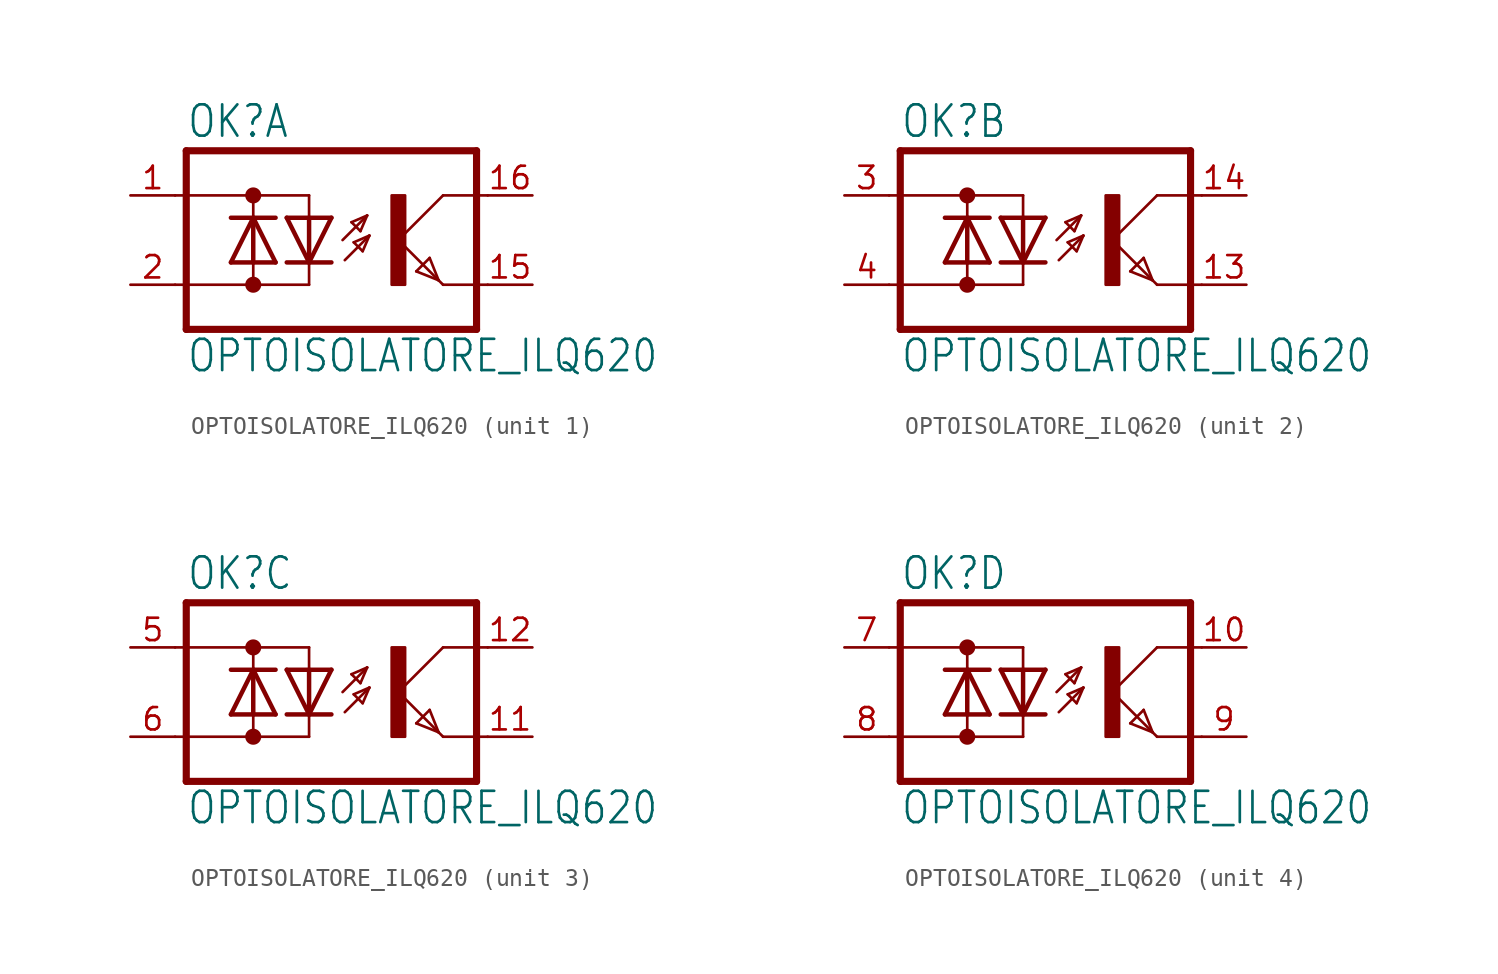
<source format=kicad_sym>
(kicad_symbol_lib
  (version 20211014)
  (generator kicad_symbol_editor)
  (symbol "OPTOISOLATORE_ILQ620"
    (property "Reference" "OK"
      (at -6.985 5.715 0)
      (effects (font (size 1.778 1.511)) (justify left bottom)))
    (property "Value" "OPTOISOLATORE_ILQ620"
      (at -6.985 -7.62 0)
      (effects (font (size 1.778 1.511)) (justify left bottom)))
    (property "ki_locked" ""
      (at 0 0 0)
      (effects (font (size 1.27 1.27))))
    (symbol "OPTOISOLATORE_ILQ620_1_0"
      (circle (center -3.175 -2.54) (radius 0.254) (stroke (width 0.406) (type default) (color 0 0 0 0)) (fill (type none)))
      (circle (center -3.175 2.54) (radius 0.254) (stroke (width 0.406) (type default) (color 0 0 0 0)) (fill (type none)))
      (polyline (pts (xy -6.985 -5.08) (xy 9.525 -5.08)) (stroke (width 0.406) (type default) (color 0 0 0 0)) (fill (type none)))
      (polyline (pts (xy -6.985 5.08) (xy -6.985 -5.08)) (stroke (width 0.406) (type default) (color 0 0 0 0)) (fill (type none)))
      (polyline (pts (xy -6.985 5.08) (xy 9.525 5.08)) (stroke (width 0.406) (type default) (color 0 0 0 0)) (fill (type none)))
      (polyline (pts (xy -4.445 -1.27) (xy -3.175 -1.27)) (stroke (width 0.254) (type default) (color 0 0 0 0)) (fill (type none)))
      (polyline (pts (xy -4.445 -1.27) (xy -3.175 1.27)) (stroke (width 0.254) (type default) (color 0 0 0 0)) (fill (type none)))
      (polyline (pts (xy -4.445 1.27) (xy -3.175 1.27)) (stroke (width 0.254) (type default) (color 0 0 0 0)) (fill (type none)))
      (polyline (pts (xy -3.175 -2.54) (xy -7.62 -2.54)) (stroke (width 0.152) (type default) (color 0 0 0 0)) (fill (type none)))
      (polyline (pts (xy -3.175 -2.54) (xy -3.175 -1.27)) (stroke (width 0.152) (type default) (color 0 0 0 0)) (fill (type none)))
      (polyline (pts (xy -3.175 -2.54) (xy 0 -2.54)) (stroke (width 0.152) (type default) (color 0 0 0 0)) (fill (type none)))
      (polyline (pts (xy -3.175 -1.27) (xy -3.175 1.27)) (stroke (width 0.254) (type default) (color 0 0 0 0)) (fill (type none)))
      (polyline (pts (xy -3.175 -1.27) (xy -1.905 -1.27)) (stroke (width 0.254) (type default) (color 0 0 0 0)) (fill (type none)))
      (polyline (pts (xy -3.175 1.27) (xy -1.905 -1.27)) (stroke (width 0.254) (type default) (color 0 0 0 0)) (fill (type none)))
      (polyline (pts (xy -3.175 1.27) (xy -1.905 1.27)) (stroke (width 0.254) (type default) (color 0 0 0 0)) (fill (type none)))
      (polyline (pts (xy -3.175 2.54) (xy -7.62 2.54)) (stroke (width 0.152) (type default) (color 0 0 0 0)) (fill (type none)))
      (polyline (pts (xy -3.175 2.54) (xy -3.175 1.27)) (stroke (width 0.152) (type default) (color 0 0 0 0)) (fill (type none)))
      (polyline (pts (xy -3.175 2.54) (xy 0 2.54)) (stroke (width 0.152) (type default) (color 0 0 0 0)) (fill (type none)))
      (polyline (pts (xy 0 -2.54) (xy 0 -1.27)) (stroke (width 0.152) (type default) (color 0 0 0 0)) (fill (type none)))
      (polyline (pts (xy 0 -1.27) (xy -1.27 -1.27)) (stroke (width 0.254) (type default) (color 0 0 0 0)) (fill (type none)))
      (polyline (pts (xy 0 -1.27) (xy -1.27 1.27)) (stroke (width 0.254) (type default) (color 0 0 0 0)) (fill (type none)))
      (polyline (pts (xy 0 1.27) (xy -1.27 1.27)) (stroke (width 0.254) (type default) (color 0 0 0 0)) (fill (type none)))
      (polyline (pts (xy 0 1.27) (xy 0 -1.27)) (stroke (width 0.254) (type default) (color 0 0 0 0)) (fill (type none)))
      (polyline (pts (xy 0 2.54) (xy 0 1.27)) (stroke (width 0.152) (type default) (color 0 0 0 0)) (fill (type none)))
      (polyline (pts (xy 1.27 -1.27) (xy 0 -1.27)) (stroke (width 0.254) (type default) (color 0 0 0 0)) (fill (type none)))
      (polyline (pts (xy 1.27 1.27) (xy 0 -1.27)) (stroke (width 0.254) (type default) (color 0 0 0 0)) (fill (type none)))
      (polyline (pts (xy 1.27 1.27) (xy 0 1.27)) (stroke (width 0.254) (type default) (color 0 0 0 0)) (fill (type none)))
      (polyline (pts (xy 1.905 0) (xy 3.302 1.397)) (stroke (width 0.152) (type default) (color 0 0 0 0)) (fill (type none)))
      (polyline (pts (xy 2.032 -1.143) (xy 3.429 0.254)) (stroke (width 0.152) (type default) (color 0 0 0 0)) (fill (type none)))
      (polyline (pts (xy 2.413 1.016) (xy 2.921 0.508)) (stroke (width 0.152) (type default) (color 0 0 0 0)) (fill (type none)))
      (polyline (pts (xy 2.54 -0.127) (xy 3.048 -0.635)) (stroke (width 0.152) (type default) (color 0 0 0 0)) (fill (type none)))
      (polyline (pts (xy 2.921 0.508) (xy 3.302 1.397)) (stroke (width 0.152) (type default) (color 0 0 0 0)) (fill (type none)))
      (polyline (pts (xy 3.048 -0.635) (xy 3.429 0.254)) (stroke (width 0.152) (type default) (color 0 0 0 0)) (fill (type none)))
      (polyline (pts (xy 3.302 1.397) (xy 2.413 1.016)) (stroke (width 0.152) (type default) (color 0 0 0 0)) (fill (type none)))
      (polyline (pts (xy 3.429 0.254) (xy 2.54 -0.127)) (stroke (width 0.152) (type default) (color 0 0 0 0)) (fill (type none)))
      (polyline (pts (xy 5.08 0) (xy 7.366 -2.286)) (stroke (width 0.152) (type default) (color 0 0 0 0)) (fill (type none)))
      (polyline (pts (xy 6.096 -1.778) (xy 6.858 -1.016)) (stroke (width 0.152) (type default) (color 0 0 0 0)) (fill (type none)))
      (polyline (pts (xy 6.858 -1.016) (xy 7.366 -2.286)) (stroke (width 0.152) (type default) (color 0 0 0 0)) (fill (type none)))
      (polyline (pts (xy 7.366 -2.286) (xy 6.096 -1.778)) (stroke (width 0.152) (type default) (color 0 0 0 0)) (fill (type none)))
      (polyline (pts (xy 7.366 -2.286) (xy 7.62 -2.54)) (stroke (width 0.152) (type default) (color 0 0 0 0)) (fill (type none)))
      (polyline (pts (xy 7.62 -2.54) (xy 10.16 -2.54)) (stroke (width 0.152) (type default) (color 0 0 0 0)) (fill (type none)))
      (polyline (pts (xy 7.62 2.54) (xy 5.08 0)) (stroke (width 0.152) (type default) (color 0 0 0 0)) (fill (type none)))
      (polyline (pts (xy 7.62 2.54) (xy 10.16 2.54)) (stroke (width 0.152) (type default) (color 0 0 0 0)) (fill (type none)))
      (polyline (pts (xy 9.525 5.08) (xy 9.525 -5.08)) (stroke (width 0.406) (type default) (color 0 0 0 0)) (fill (type none)))
      (rectangle (start 4.699 -2.54) (end 5.461 2.54) (stroke (width 0) (type default) (color 0 0 0 0)) (fill (type outline)))
      (pin passive line (at -10.16 2.54 0) (length 2.54) (name "AC1" (effects (font (size 0 0)))) (number "1" (effects (font (size 1.27 1.27)))))
      (pin passive line (at 12.7 -2.54 180) (length 2.54) (name "E" (effects (font (size 0 0)))) (number "15" (effects (font (size 1.27 1.27)))))
      (pin passive line (at 12.7 2.54 180) (length 2.54) (name "C" (effects (font (size 0 0)))) (number "16" (effects (font (size 1.27 1.27)))))
      (pin passive line (at -10.16 -2.54 0) (length 2.54) (name "AC2" (effects (font (size 0 0)))) (number "2" (effects (font (size 1.27 1.27))))))
    (symbol "OPTOISOLATORE_ILQ620_2_0"
      (circle (center -3.175 -2.54) (radius 0.254) (stroke (width 0.406) (type default) (color 0 0 0 0)) (fill (type none)))
      (circle (center -3.175 2.54) (radius 0.254) (stroke (width 0.406) (type default) (color 0 0 0 0)) (fill (type none)))
      (polyline (pts (xy -6.985 -5.08) (xy 9.525 -5.08)) (stroke (width 0.406) (type default) (color 0 0 0 0)) (fill (type none)))
      (polyline (pts (xy -6.985 5.08) (xy -6.985 -5.08)) (stroke (width 0.406) (type default) (color 0 0 0 0)) (fill (type none)))
      (polyline (pts (xy -6.985 5.08) (xy 9.525 5.08)) (stroke (width 0.406) (type default) (color 0 0 0 0)) (fill (type none)))
      (polyline (pts (xy -4.445 -1.27) (xy -3.175 -1.27)) (stroke (width 0.254) (type default) (color 0 0 0 0)) (fill (type none)))
      (polyline (pts (xy -4.445 -1.27) (xy -3.175 1.27)) (stroke (width 0.254) (type default) (color 0 0 0 0)) (fill (type none)))
      (polyline (pts (xy -4.445 1.27) (xy -3.175 1.27)) (stroke (width 0.254) (type default) (color 0 0 0 0)) (fill (type none)))
      (polyline (pts (xy -3.175 -2.54) (xy -7.62 -2.54)) (stroke (width 0.152) (type default) (color 0 0 0 0)) (fill (type none)))
      (polyline (pts (xy -3.175 -2.54) (xy -3.175 -1.27)) (stroke (width 0.152) (type default) (color 0 0 0 0)) (fill (type none)))
      (polyline (pts (xy -3.175 -2.54) (xy 0 -2.54)) (stroke (width 0.152) (type default) (color 0 0 0 0)) (fill (type none)))
      (polyline (pts (xy -3.175 -1.27) (xy -3.175 1.27)) (stroke (width 0.254) (type default) (color 0 0 0 0)) (fill (type none)))
      (polyline (pts (xy -3.175 -1.27) (xy -1.905 -1.27)) (stroke (width 0.254) (type default) (color 0 0 0 0)) (fill (type none)))
      (polyline (pts (xy -3.175 1.27) (xy -1.905 -1.27)) (stroke (width 0.254) (type default) (color 0 0 0 0)) (fill (type none)))
      (polyline (pts (xy -3.175 1.27) (xy -1.905 1.27)) (stroke (width 0.254) (type default) (color 0 0 0 0)) (fill (type none)))
      (polyline (pts (xy -3.175 2.54) (xy -7.62 2.54)) (stroke (width 0.152) (type default) (color 0 0 0 0)) (fill (type none)))
      (polyline (pts (xy -3.175 2.54) (xy -3.175 1.27)) (stroke (width 0.152) (type default) (color 0 0 0 0)) (fill (type none)))
      (polyline (pts (xy -3.175 2.54) (xy 0 2.54)) (stroke (width 0.152) (type default) (color 0 0 0 0)) (fill (type none)))
      (polyline (pts (xy 0 -2.54) (xy 0 -1.27)) (stroke (width 0.152) (type default) (color 0 0 0 0)) (fill (type none)))
      (polyline (pts (xy 0 -1.27) (xy -1.27 -1.27)) (stroke (width 0.254) (type default) (color 0 0 0 0)) (fill (type none)))
      (polyline (pts (xy 0 -1.27) (xy -1.27 1.27)) (stroke (width 0.254) (type default) (color 0 0 0 0)) (fill (type none)))
      (polyline (pts (xy 0 1.27) (xy -1.27 1.27)) (stroke (width 0.254) (type default) (color 0 0 0 0)) (fill (type none)))
      (polyline (pts (xy 0 1.27) (xy 0 -1.27)) (stroke (width 0.254) (type default) (color 0 0 0 0)) (fill (type none)))
      (polyline (pts (xy 0 2.54) (xy 0 1.27)) (stroke (width 0.152) (type default) (color 0 0 0 0)) (fill (type none)))
      (polyline (pts (xy 1.27 -1.27) (xy 0 -1.27)) (stroke (width 0.254) (type default) (color 0 0 0 0)) (fill (type none)))
      (polyline (pts (xy 1.27 1.27) (xy 0 -1.27)) (stroke (width 0.254) (type default) (color 0 0 0 0)) (fill (type none)))
      (polyline (pts (xy 1.27 1.27) (xy 0 1.27)) (stroke (width 0.254) (type default) (color 0 0 0 0)) (fill (type none)))
      (polyline (pts (xy 1.905 0) (xy 3.302 1.397)) (stroke (width 0.152) (type default) (color 0 0 0 0)) (fill (type none)))
      (polyline (pts (xy 2.032 -1.143) (xy 3.429 0.254)) (stroke (width 0.152) (type default) (color 0 0 0 0)) (fill (type none)))
      (polyline (pts (xy 2.413 1.016) (xy 2.921 0.508)) (stroke (width 0.152) (type default) (color 0 0 0 0)) (fill (type none)))
      (polyline (pts (xy 2.54 -0.127) (xy 3.048 -0.635)) (stroke (width 0.152) (type default) (color 0 0 0 0)) (fill (type none)))
      (polyline (pts (xy 2.921 0.508) (xy 3.302 1.397)) (stroke (width 0.152) (type default) (color 0 0 0 0)) (fill (type none)))
      (polyline (pts (xy 3.048 -0.635) (xy 3.429 0.254)) (stroke (width 0.152) (type default) (color 0 0 0 0)) (fill (type none)))
      (polyline (pts (xy 3.302 1.397) (xy 2.413 1.016)) (stroke (width 0.152) (type default) (color 0 0 0 0)) (fill (type none)))
      (polyline (pts (xy 3.429 0.254) (xy 2.54 -0.127)) (stroke (width 0.152) (type default) (color 0 0 0 0)) (fill (type none)))
      (polyline (pts (xy 5.08 0) (xy 7.366 -2.286)) (stroke (width 0.152) (type default) (color 0 0 0 0)) (fill (type none)))
      (polyline (pts (xy 6.096 -1.778) (xy 6.858 -1.016)) (stroke (width 0.152) (type default) (color 0 0 0 0)) (fill (type none)))
      (polyline (pts (xy 6.858 -1.016) (xy 7.366 -2.286)) (stroke (width 0.152) (type default) (color 0 0 0 0)) (fill (type none)))
      (polyline (pts (xy 7.366 -2.286) (xy 6.096 -1.778)) (stroke (width 0.152) (type default) (color 0 0 0 0)) (fill (type none)))
      (polyline (pts (xy 7.366 -2.286) (xy 7.62 -2.54)) (stroke (width 0.152) (type default) (color 0 0 0 0)) (fill (type none)))
      (polyline (pts (xy 7.62 -2.54) (xy 10.16 -2.54)) (stroke (width 0.152) (type default) (color 0 0 0 0)) (fill (type none)))
      (polyline (pts (xy 7.62 2.54) (xy 5.08 0)) (stroke (width 0.152) (type default) (color 0 0 0 0)) (fill (type none)))
      (polyline (pts (xy 7.62 2.54) (xy 10.16 2.54)) (stroke (width 0.152) (type default) (color 0 0 0 0)) (fill (type none)))
      (polyline (pts (xy 9.525 5.08) (xy 9.525 -5.08)) (stroke (width 0.406) (type default) (color 0 0 0 0)) (fill (type none)))
      (rectangle (start 4.699 -2.54) (end 5.461 2.54) (stroke (width 0) (type default) (color 0 0 0 0)) (fill (type outline)))
      (pin passive line (at 12.7 -2.54 180) (length 2.54) (name "E" (effects (font (size 0 0)))) (number "13" (effects (font (size 1.27 1.27)))))
      (pin passive line (at 12.7 2.54 180) (length 2.54) (name "C" (effects (font (size 0 0)))) (number "14" (effects (font (size 1.27 1.27)))))
      (pin passive line (at -10.16 2.54 0) (length 2.54) (name "AC1" (effects (font (size 0 0)))) (number "3" (effects (font (size 1.27 1.27)))))
      (pin passive line (at -10.16 -2.54 0) (length 2.54) (name "AC2" (effects (font (size 0 0)))) (number "4" (effects (font (size 1.27 1.27))))))
    (symbol "OPTOISOLATORE_ILQ620_3_0"
      (circle (center -3.175 -2.54) (radius 0.254) (stroke (width 0.406) (type default) (color 0 0 0 0)) (fill (type none)))
      (circle (center -3.175 2.54) (radius 0.254) (stroke (width 0.406) (type default) (color 0 0 0 0)) (fill (type none)))
      (polyline (pts (xy -6.985 -5.08) (xy 9.525 -5.08)) (stroke (width 0.406) (type default) (color 0 0 0 0)) (fill (type none)))
      (polyline (pts (xy -6.985 5.08) (xy -6.985 -5.08)) (stroke (width 0.406) (type default) (color 0 0 0 0)) (fill (type none)))
      (polyline (pts (xy -6.985 5.08) (xy 9.525 5.08)) (stroke (width 0.406) (type default) (color 0 0 0 0)) (fill (type none)))
      (polyline (pts (xy -4.445 -1.27) (xy -3.175 -1.27)) (stroke (width 0.254) (type default) (color 0 0 0 0)) (fill (type none)))
      (polyline (pts (xy -4.445 -1.27) (xy -3.175 1.27)) (stroke (width 0.254) (type default) (color 0 0 0 0)) (fill (type none)))
      (polyline (pts (xy -4.445 1.27) (xy -3.175 1.27)) (stroke (width 0.254) (type default) (color 0 0 0 0)) (fill (type none)))
      (polyline (pts (xy -3.175 -2.54) (xy -7.62 -2.54)) (stroke (width 0.152) (type default) (color 0 0 0 0)) (fill (type none)))
      (polyline (pts (xy -3.175 -2.54) (xy -3.175 -1.27)) (stroke (width 0.152) (type default) (color 0 0 0 0)) (fill (type none)))
      (polyline (pts (xy -3.175 -2.54) (xy 0 -2.54)) (stroke (width 0.152) (type default) (color 0 0 0 0)) (fill (type none)))
      (polyline (pts (xy -3.175 -1.27) (xy -3.175 1.27)) (stroke (width 0.254) (type default) (color 0 0 0 0)) (fill (type none)))
      (polyline (pts (xy -3.175 -1.27) (xy -1.905 -1.27)) (stroke (width 0.254) (type default) (color 0 0 0 0)) (fill (type none)))
      (polyline (pts (xy -3.175 1.27) (xy -1.905 -1.27)) (stroke (width 0.254) (type default) (color 0 0 0 0)) (fill (type none)))
      (polyline (pts (xy -3.175 1.27) (xy -1.905 1.27)) (stroke (width 0.254) (type default) (color 0 0 0 0)) (fill (type none)))
      (polyline (pts (xy -3.175 2.54) (xy -7.62 2.54)) (stroke (width 0.152) (type default) (color 0 0 0 0)) (fill (type none)))
      (polyline (pts (xy -3.175 2.54) (xy -3.175 1.27)) (stroke (width 0.152) (type default) (color 0 0 0 0)) (fill (type none)))
      (polyline (pts (xy -3.175 2.54) (xy 0 2.54)) (stroke (width 0.152) (type default) (color 0 0 0 0)) (fill (type none)))
      (polyline (pts (xy 0 -2.54) (xy 0 -1.27)) (stroke (width 0.152) (type default) (color 0 0 0 0)) (fill (type none)))
      (polyline (pts (xy 0 -1.27) (xy -1.27 -1.27)) (stroke (width 0.254) (type default) (color 0 0 0 0)) (fill (type none)))
      (polyline (pts (xy 0 -1.27) (xy -1.27 1.27)) (stroke (width 0.254) (type default) (color 0 0 0 0)) (fill (type none)))
      (polyline (pts (xy 0 1.27) (xy -1.27 1.27)) (stroke (width 0.254) (type default) (color 0 0 0 0)) (fill (type none)))
      (polyline (pts (xy 0 1.27) (xy 0 -1.27)) (stroke (width 0.254) (type default) (color 0 0 0 0)) (fill (type none)))
      (polyline (pts (xy 0 2.54) (xy 0 1.27)) (stroke (width 0.152) (type default) (color 0 0 0 0)) (fill (type none)))
      (polyline (pts (xy 1.27 -1.27) (xy 0 -1.27)) (stroke (width 0.254) (type default) (color 0 0 0 0)) (fill (type none)))
      (polyline (pts (xy 1.27 1.27) (xy 0 -1.27)) (stroke (width 0.254) (type default) (color 0 0 0 0)) (fill (type none)))
      (polyline (pts (xy 1.27 1.27) (xy 0 1.27)) (stroke (width 0.254) (type default) (color 0 0 0 0)) (fill (type none)))
      (polyline (pts (xy 1.905 0) (xy 3.302 1.397)) (stroke (width 0.152) (type default) (color 0 0 0 0)) (fill (type none)))
      (polyline (pts (xy 2.032 -1.143) (xy 3.429 0.254)) (stroke (width 0.152) (type default) (color 0 0 0 0)) (fill (type none)))
      (polyline (pts (xy 2.413 1.016) (xy 2.921 0.508)) (stroke (width 0.152) (type default) (color 0 0 0 0)) (fill (type none)))
      (polyline (pts (xy 2.54 -0.127) (xy 3.048 -0.635)) (stroke (width 0.152) (type default) (color 0 0 0 0)) (fill (type none)))
      (polyline (pts (xy 2.921 0.508) (xy 3.302 1.397)) (stroke (width 0.152) (type default) (color 0 0 0 0)) (fill (type none)))
      (polyline (pts (xy 3.048 -0.635) (xy 3.429 0.254)) (stroke (width 0.152) (type default) (color 0 0 0 0)) (fill (type none)))
      (polyline (pts (xy 3.302 1.397) (xy 2.413 1.016)) (stroke (width 0.152) (type default) (color 0 0 0 0)) (fill (type none)))
      (polyline (pts (xy 3.429 0.254) (xy 2.54 -0.127)) (stroke (width 0.152) (type default) (color 0 0 0 0)) (fill (type none)))
      (polyline (pts (xy 5.08 0) (xy 7.366 -2.286)) (stroke (width 0.152) (type default) (color 0 0 0 0)) (fill (type none)))
      (polyline (pts (xy 6.096 -1.778) (xy 6.858 -1.016)) (stroke (width 0.152) (type default) (color 0 0 0 0)) (fill (type none)))
      (polyline (pts (xy 6.858 -1.016) (xy 7.366 -2.286)) (stroke (width 0.152) (type default) (color 0 0 0 0)) (fill (type none)))
      (polyline (pts (xy 7.366 -2.286) (xy 6.096 -1.778)) (stroke (width 0.152) (type default) (color 0 0 0 0)) (fill (type none)))
      (polyline (pts (xy 7.366 -2.286) (xy 7.62 -2.54)) (stroke (width 0.152) (type default) (color 0 0 0 0)) (fill (type none)))
      (polyline (pts (xy 7.62 -2.54) (xy 10.16 -2.54)) (stroke (width 0.152) (type default) (color 0 0 0 0)) (fill (type none)))
      (polyline (pts (xy 7.62 2.54) (xy 5.08 0)) (stroke (width 0.152) (type default) (color 0 0 0 0)) (fill (type none)))
      (polyline (pts (xy 7.62 2.54) (xy 10.16 2.54)) (stroke (width 0.152) (type default) (color 0 0 0 0)) (fill (type none)))
      (polyline (pts (xy 9.525 5.08) (xy 9.525 -5.08)) (stroke (width 0.406) (type default) (color 0 0 0 0)) (fill (type none)))
      (rectangle (start 4.699 -2.54) (end 5.461 2.54) (stroke (width 0) (type default) (color 0 0 0 0)) (fill (type outline)))
      (pin passive line (at 12.7 -2.54 180) (length 2.54) (name "E" (effects (font (size 0 0)))) (number "11" (effects (font (size 1.27 1.27)))))
      (pin passive line (at 12.7 2.54 180) (length 2.54) (name "C" (effects (font (size 0 0)))) (number "12" (effects (font (size 1.27 1.27)))))
      (pin passive line (at -10.16 2.54 0) (length 2.54) (name "AC1" (effects (font (size 0 0)))) (number "5" (effects (font (size 1.27 1.27)))))
      (pin passive line (at -10.16 -2.54 0) (length 2.54) (name "AC2" (effects (font (size 0 0)))) (number "6" (effects (font (size 1.27 1.27))))))
    (symbol "OPTOISOLATORE_ILQ620_4_0"
      (circle (center -3.175 -2.54) (radius 0.254) (stroke (width 0.406) (type default) (color 0 0 0 0)) (fill (type none)))
      (circle (center -3.175 2.54) (radius 0.254) (stroke (width 0.406) (type default) (color 0 0 0 0)) (fill (type none)))
      (polyline (pts (xy -6.985 -5.08) (xy 9.525 -5.08)) (stroke (width 0.406) (type default) (color 0 0 0 0)) (fill (type none)))
      (polyline (pts (xy -6.985 5.08) (xy -6.985 -5.08)) (stroke (width 0.406) (type default) (color 0 0 0 0)) (fill (type none)))
      (polyline (pts (xy -6.985 5.08) (xy 9.525 5.08)) (stroke (width 0.406) (type default) (color 0 0 0 0)) (fill (type none)))
      (polyline (pts (xy -4.445 -1.27) (xy -3.175 -1.27)) (stroke (width 0.254) (type default) (color 0 0 0 0)) (fill (type none)))
      (polyline (pts (xy -4.445 -1.27) (xy -3.175 1.27)) (stroke (width 0.254) (type default) (color 0 0 0 0)) (fill (type none)))
      (polyline (pts (xy -4.445 1.27) (xy -3.175 1.27)) (stroke (width 0.254) (type default) (color 0 0 0 0)) (fill (type none)))
      (polyline (pts (xy -3.175 -2.54) (xy -7.62 -2.54)) (stroke (width 0.152) (type default) (color 0 0 0 0)) (fill (type none)))
      (polyline (pts (xy -3.175 -2.54) (xy -3.175 -1.27)) (stroke (width 0.152) (type default) (color 0 0 0 0)) (fill (type none)))
      (polyline (pts (xy -3.175 -2.54) (xy 0 -2.54)) (stroke (width 0.152) (type default) (color 0 0 0 0)) (fill (type none)))
      (polyline (pts (xy -3.175 -1.27) (xy -3.175 1.27)) (stroke (width 0.254) (type default) (color 0 0 0 0)) (fill (type none)))
      (polyline (pts (xy -3.175 -1.27) (xy -1.905 -1.27)) (stroke (width 0.254) (type default) (color 0 0 0 0)) (fill (type none)))
      (polyline (pts (xy -3.175 1.27) (xy -1.905 -1.27)) (stroke (width 0.254) (type default) (color 0 0 0 0)) (fill (type none)))
      (polyline (pts (xy -3.175 1.27) (xy -1.905 1.27)) (stroke (width 0.254) (type default) (color 0 0 0 0)) (fill (type none)))
      (polyline (pts (xy -3.175 2.54) (xy -7.62 2.54)) (stroke (width 0.152) (type default) (color 0 0 0 0)) (fill (type none)))
      (polyline (pts (xy -3.175 2.54) (xy -3.175 1.27)) (stroke (width 0.152) (type default) (color 0 0 0 0)) (fill (type none)))
      (polyline (pts (xy -3.175 2.54) (xy 0 2.54)) (stroke (width 0.152) (type default) (color 0 0 0 0)) (fill (type none)))
      (polyline (pts (xy 0 -2.54) (xy 0 -1.27)) (stroke (width 0.152) (type default) (color 0 0 0 0)) (fill (type none)))
      (polyline (pts (xy 0 -1.27) (xy -1.27 -1.27)) (stroke (width 0.254) (type default) (color 0 0 0 0)) (fill (type none)))
      (polyline (pts (xy 0 -1.27) (xy -1.27 1.27)) (stroke (width 0.254) (type default) (color 0 0 0 0)) (fill (type none)))
      (polyline (pts (xy 0 1.27) (xy -1.27 1.27)) (stroke (width 0.254) (type default) (color 0 0 0 0)) (fill (type none)))
      (polyline (pts (xy 0 1.27) (xy 0 -1.27)) (stroke (width 0.254) (type default) (color 0 0 0 0)) (fill (type none)))
      (polyline (pts (xy 0 2.54) (xy 0 1.27)) (stroke (width 0.152) (type default) (color 0 0 0 0)) (fill (type none)))
      (polyline (pts (xy 1.27 -1.27) (xy 0 -1.27)) (stroke (width 0.254) (type default) (color 0 0 0 0)) (fill (type none)))
      (polyline (pts (xy 1.27 1.27) (xy 0 -1.27)) (stroke (width 0.254) (type default) (color 0 0 0 0)) (fill (type none)))
      (polyline (pts (xy 1.27 1.27) (xy 0 1.27)) (stroke (width 0.254) (type default) (color 0 0 0 0)) (fill (type none)))
      (polyline (pts (xy 1.905 0) (xy 3.302 1.397)) (stroke (width 0.152) (type default) (color 0 0 0 0)) (fill (type none)))
      (polyline (pts (xy 2.032 -1.143) (xy 3.429 0.254)) (stroke (width 0.152) (type default) (color 0 0 0 0)) (fill (type none)))
      (polyline (pts (xy 2.413 1.016) (xy 2.921 0.508)) (stroke (width 0.152) (type default) (color 0 0 0 0)) (fill (type none)))
      (polyline (pts (xy 2.54 -0.127) (xy 3.048 -0.635)) (stroke (width 0.152) (type default) (color 0 0 0 0)) (fill (type none)))
      (polyline (pts (xy 2.921 0.508) (xy 3.302 1.397)) (stroke (width 0.152) (type default) (color 0 0 0 0)) (fill (type none)))
      (polyline (pts (xy 3.048 -0.635) (xy 3.429 0.254)) (stroke (width 0.152) (type default) (color 0 0 0 0)) (fill (type none)))
      (polyline (pts (xy 3.302 1.397) (xy 2.413 1.016)) (stroke (width 0.152) (type default) (color 0 0 0 0)) (fill (type none)))
      (polyline (pts (xy 3.429 0.254) (xy 2.54 -0.127)) (stroke (width 0.152) (type default) (color 0 0 0 0)) (fill (type none)))
      (polyline (pts (xy 5.08 0) (xy 7.366 -2.286)) (stroke (width 0.152) (type default) (color 0 0 0 0)) (fill (type none)))
      (polyline (pts (xy 6.096 -1.778) (xy 6.858 -1.016)) (stroke (width 0.152) (type default) (color 0 0 0 0)) (fill (type none)))
      (polyline (pts (xy 6.858 -1.016) (xy 7.366 -2.286)) (stroke (width 0.152) (type default) (color 0 0 0 0)) (fill (type none)))
      (polyline (pts (xy 7.366 -2.286) (xy 6.096 -1.778)) (stroke (width 0.152) (type default) (color 0 0 0 0)) (fill (type none)))
      (polyline (pts (xy 7.366 -2.286) (xy 7.62 -2.54)) (stroke (width 0.152) (type default) (color 0 0 0 0)) (fill (type none)))
      (polyline (pts (xy 7.62 -2.54) (xy 10.16 -2.54)) (stroke (width 0.152) (type default) (color 0 0 0 0)) (fill (type none)))
      (polyline (pts (xy 7.62 2.54) (xy 5.08 0)) (stroke (width 0.152) (type default) (color 0 0 0 0)) (fill (type none)))
      (polyline (pts (xy 7.62 2.54) (xy 10.16 2.54)) (stroke (width 0.152) (type default) (color 0 0 0 0)) (fill (type none)))
      (polyline (pts (xy 9.525 5.08) (xy 9.525 -5.08)) (stroke (width 0.406) (type default) (color 0 0 0 0)) (fill (type none)))
      (rectangle (start 4.699 -2.54) (end 5.461 2.54) (stroke (width 0) (type default) (color 0 0 0 0)) (fill (type outline)))
      (pin passive line (at 12.7 2.54 180) (length 2.54) (name "C" (effects (font (size 0 0)))) (number "10" (effects (font (size 1.27 1.27)))))
      (pin passive line (at -10.16 2.54 0) (length 2.54) (name "AC1" (effects (font (size 0 0)))) (number "7" (effects (font (size 1.27 1.27)))))
      (pin passive line (at -10.16 -2.54 0) (length 2.54) (name "AC2" (effects (font (size 0 0)))) (number "8" (effects (font (size 1.27 1.27)))))
      (pin passive line (at 12.7 -2.54 180) (length 2.54) (name "E" (effects (font (size 0 0)))) (number "9" (effects (font (size 1.27 1.27))))))))
</source>
